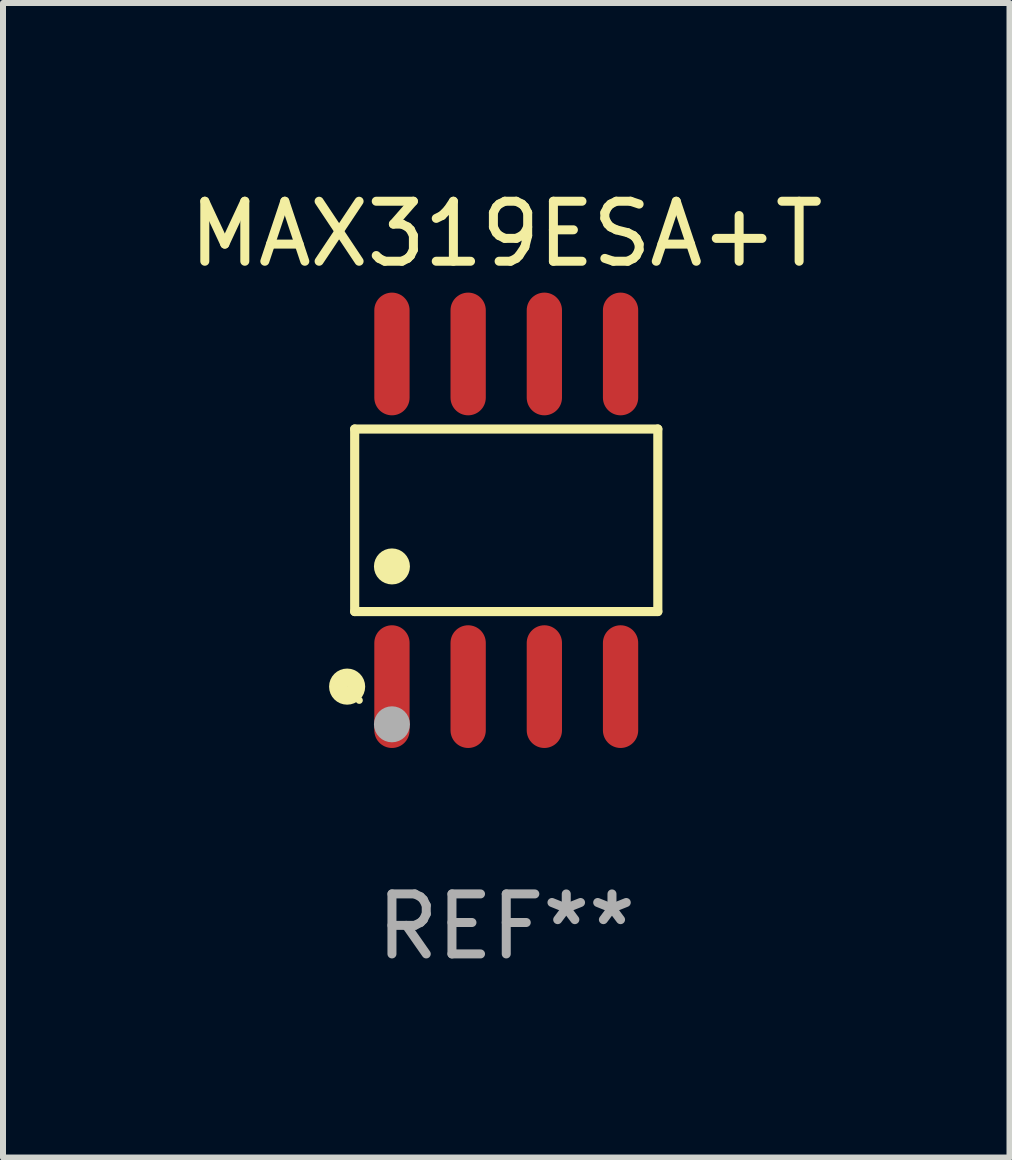
<source format=kicad_pcb>
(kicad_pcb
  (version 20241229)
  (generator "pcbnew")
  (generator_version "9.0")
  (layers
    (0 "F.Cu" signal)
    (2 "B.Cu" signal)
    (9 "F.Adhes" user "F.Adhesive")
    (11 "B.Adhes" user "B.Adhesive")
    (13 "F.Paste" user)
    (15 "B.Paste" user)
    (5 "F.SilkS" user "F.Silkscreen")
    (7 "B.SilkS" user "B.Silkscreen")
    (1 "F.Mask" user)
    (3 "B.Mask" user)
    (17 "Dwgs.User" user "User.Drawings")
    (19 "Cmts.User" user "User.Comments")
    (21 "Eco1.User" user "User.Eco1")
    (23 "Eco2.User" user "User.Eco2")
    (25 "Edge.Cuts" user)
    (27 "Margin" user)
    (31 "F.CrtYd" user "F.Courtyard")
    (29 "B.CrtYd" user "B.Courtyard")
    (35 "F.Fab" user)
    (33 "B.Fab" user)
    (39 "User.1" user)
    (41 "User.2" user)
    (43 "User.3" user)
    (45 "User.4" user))
  (footprint "MAX319ESA+T"
    (layer "F.Cu")
    (at 5.387 5.621)
    (property "Reference" "MAX319ESA+T" (at 0 -4.772 0) (layer "F.SilkS") (effects (font (size 1 1) (thickness 0.15))))
    (attr through_hole)
    (fp_line (start -2.526 -1.521) (end 2.526 -1.521) (stroke (width 0.152) (type solid)) (layer "F.SilkS"))
    (fp_line (start -2.526 1.521) (end -2.526 -1.521) (stroke (width 0.152) (type solid)) (layer "F.SilkS"))
    (fp_line (start 2.526 -1.521) (end 2.526 1.521) (stroke (width 0.152) (type solid)) (layer "F.SilkS"))
    (fp_line (start 2.526 1.521) (end -2.526 1.521) (stroke (width 0.152) (type solid)) (layer "F.SilkS"))
    (fp_circle (center -2.652 2.772) (end -2.501 2.772) (stroke (width 0.3) (type solid)) (fill no) (layer "F.SilkS"))
    (fp_circle (center -2.45 3) (end -2.42 3) (stroke (width 0.06) (type solid)) (fill no) (layer "F.SilkS"))
    (fp_circle (center -1.905 0.769) (end -1.755 0.769) (stroke (width 0.3) (type solid)) (fill no) (layer "F.SilkS"))
    (fp_circle (center -1.905 3.4) (end -1.755 3.4) (stroke (width 0.3) (type solid)) (fill no) (layer "F.Fab"))
    (fp_text user "REF**" (at 0 6.772 0) (layer "F.Fab") (effects (font (size 1 1) (thickness 0.15))))
    (pad "1" smd oval (at -1.905 2.772) (size 0.588 2.045) (layers "F.Cu" "F.Mask" "F.Paste"))
    (pad "2" smd oval (at -0.635 2.772) (size 0.588 2.045) (layers "F.Cu" "F.Mask" "F.Paste"))
    (pad "3" smd oval (at 0.635 2.772) (size 0.588 2.045) (layers "F.Cu" "F.Mask" "F.Paste"))
    (pad "4" smd oval (at 1.905 2.772) (size 0.588 2.045) (layers "F.Cu" "F.Mask" "F.Paste"))
    (pad "5" smd oval (at 1.905 -2.772) (size 0.588 2.045) (layers "F.Cu" "F.Mask" "F.Paste"))
    (pad "6" smd oval (at 0.635 -2.772) (size 0.588 2.045) (layers "F.Cu" "F.Mask" "F.Paste"))
    (pad "7" smd oval (at -0.635 -2.772) (size 0.588 2.045) (layers "F.Cu" "F.Mask" "F.Paste"))
    (pad "8" smd oval (at -1.905 -2.772) (size 0.588 2.045) (layers "F.Cu" "F.Mask" "F.Paste")))
  (gr_rect
    (start -3 -3)
    (end 13.774 16.241)
    (stroke (width 0.1) (type default))
    (fill no)
    (layer "Edge.Cuts")))
</source>
